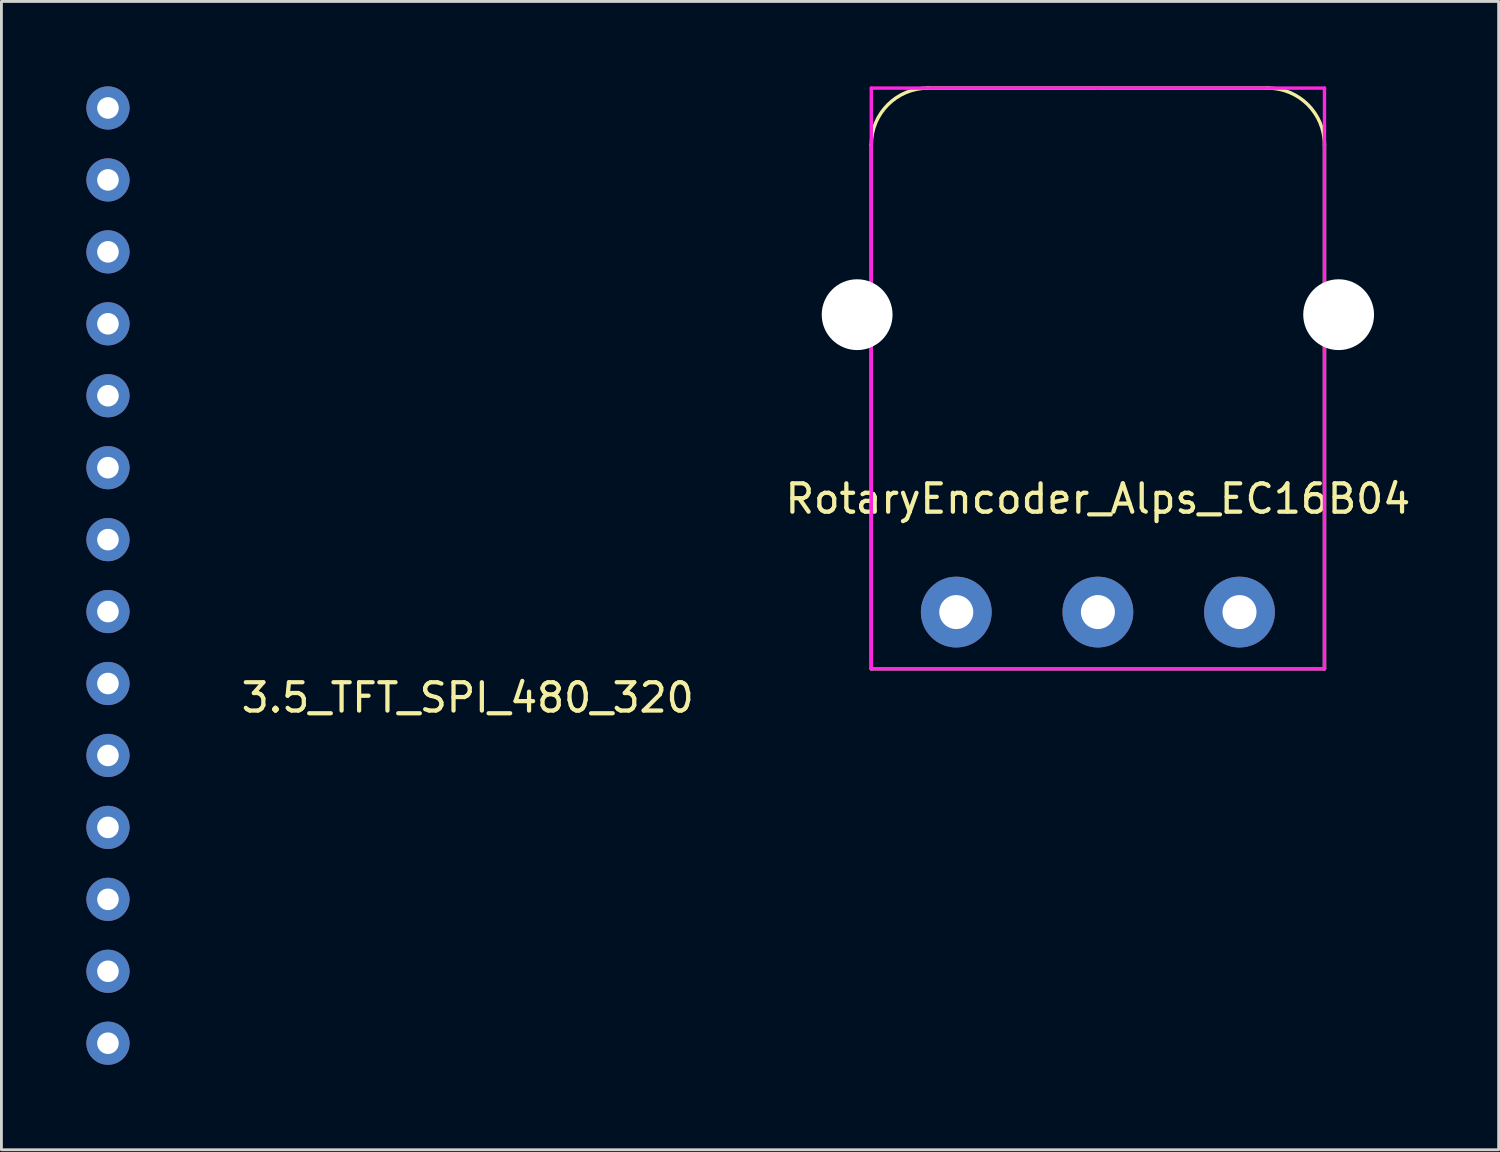
<source format=kicad_pcb>
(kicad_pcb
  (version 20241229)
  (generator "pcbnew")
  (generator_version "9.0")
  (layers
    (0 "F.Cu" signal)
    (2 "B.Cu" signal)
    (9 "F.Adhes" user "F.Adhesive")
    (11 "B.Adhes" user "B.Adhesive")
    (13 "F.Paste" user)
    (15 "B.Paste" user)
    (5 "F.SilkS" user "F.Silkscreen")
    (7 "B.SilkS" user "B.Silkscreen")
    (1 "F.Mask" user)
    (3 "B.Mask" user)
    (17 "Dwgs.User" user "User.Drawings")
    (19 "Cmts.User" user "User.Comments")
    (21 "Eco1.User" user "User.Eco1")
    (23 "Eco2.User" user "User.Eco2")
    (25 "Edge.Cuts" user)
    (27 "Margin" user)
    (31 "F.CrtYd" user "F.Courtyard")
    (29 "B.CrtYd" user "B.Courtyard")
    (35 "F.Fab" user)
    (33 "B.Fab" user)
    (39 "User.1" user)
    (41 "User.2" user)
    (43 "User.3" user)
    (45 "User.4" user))
  (footprint "3.5_TFT_SPI_480_320"
    (layer "F.Cu")
    (at 13.462 21.082)
    (property "Reference" "3.5_TFT_SPI_480_320" (at 0 0.5 0) (layer "F.SilkS") (effects (font (size 1 1) (thickness 0.15))))
    (attr through_hole)
    (pad "1" thru_hole circle (at -12.7 12.7) (size 1.524 1.524) (drill 0.762) (layers "*.Cu" "*.Mask"))
    (pad "2" thru_hole circle (at -12.7 10.16) (size 1.524 1.524) (drill 0.762) (layers "*.Cu" "*.Mask"))
    (pad "3" thru_hole circle (at -12.7 7.62) (size 1.524 1.524) (drill 0.762) (layers "*.Cu" "*.Mask"))
    (pad "4" thru_hole circle (at -12.7 5.08) (size 1.524 1.524) (drill 0.762) (layers "*.Cu" "*.Mask"))
    (pad "5" thru_hole circle (at -12.7 2.54) (size 1.524 1.524) (drill 0.762) (layers "*.Cu" "*.Mask"))
    (pad "6" thru_hole circle (at -12.7 0) (size 1.524 1.524) (drill 0.762) (layers "*.Cu" "*.Mask"))
    (pad "7" thru_hole circle (at -12.7 -2.54) (size 1.524 1.524) (drill 0.762) (layers "*.Cu" "*.Mask"))
    (pad "8" thru_hole circle (at -12.7 -5.08) (size 1.524 1.524) (drill 0.762) (layers "*.Cu" "*.Mask"))
    (pad "9" thru_hole circle (at -12.7 -7.62) (size 1.524 1.524) (drill 0.762) (layers "*.Cu" "*.Mask"))
    (pad "10" thru_hole circle (at -12.7 -10.16) (size 1.524 1.524) (drill 0.762) (layers "*.Cu" "*.Mask"))
    (pad "11" thru_hole circle (at -12.7 -12.7) (size 1.524 1.524) (drill 0.762) (layers "*.Cu" "*.Mask"))
    (pad "12" thru_hole circle (at -12.7 -15.24) (size 1.524 1.524) (drill 0.762) (layers "*.Cu" "*.Mask"))
    (pad "13" thru_hole circle (at -12.7 -17.78) (size 1.524 1.524) (drill 0.762) (layers "*.Cu" "*.Mask"))
    (pad "14" thru_hole circle (at -12.7 -20.32) (size 1.524 1.524) (drill 0.762) (layers "*.Cu" "*.Mask")))
  (footprint "RotaryEncoder_Alps_EC16B04"
    (layer "F.Cu")
    (at 35.712 18.56)
    (property "Reference" "RotaryEncoder_Alps_EC16B04" (at 0 -4 0) (layer "F.SilkS") (effects (font (size 1 1) (thickness 0.15))))
    (attr through_hole)
    (fp_line (start -8 2) (end -8 -16.5) (stroke (width 0.12) (type solid)) (layer "F.SilkS"))
    (fp_line (start -6 -18.5) (end 6 -18.5) (stroke (width 0.12) (type solid)) (layer "F.SilkS"))
    (fp_line (start 8 -16.5) (end 8 2) (stroke (width 0.12) (type solid)) (layer "F.SilkS"))
    (fp_line (start 8 2) (end -8 2) (stroke (width 0.12) (type solid)) (layer "F.SilkS"))
    (fp_arc (start -8 -16.5) (mid -7.414214 -17.914214) (end -6 -18.5) (stroke (width 0.12) (type solid)) (layer "F.SilkS"))
    (fp_arc (start 6 -18.5) (mid 7.414214 -17.914214) (end 8 -16.5) (stroke (width 0.12) (type solid)) (layer "F.SilkS"))
    (fp_line (start -8 -18.5) (end 0 -18.5) (stroke (width 0.12) (type solid)) (layer "F.CrtYd"))
    (fp_line (start -8 2) (end -8 -18.5) (stroke (width 0.12) (type solid)) (layer "F.CrtYd"))
    (fp_line (start 0 -18.5) (end 8 -18.5) (stroke (width 0.12) (type solid)) (layer "F.CrtYd"))
    (fp_line (start 8 -18.5) (end 8 2) (stroke (width 0.12) (type solid)) (layer "F.CrtYd"))
    (fp_line (start 8 2) (end -8 2) (stroke (width 0.12) (type solid)) (layer "F.CrtYd"))
    (pad "" np_thru_hole circle (at -8.5 -10.5) (size 2.5 2.5) (drill 2.5) (layers "*.Cu" "*.Mask"))
    (pad "" np_thru_hole circle (at 8.5 -10.5) (size 2.5 2.5) (drill 2.5) (layers "*.Cu" "*.Mask"))
    (pad "A" thru_hole circle (at -5 0) (size 2.5 2.5) (drill 1.2) (layers "*.Cu" "*.Mask"))
    (pad "B" thru_hole circle (at 5 0) (size 2.5 2.5) (drill 1.2) (layers "*.Cu" "*.Mask"))
    (pad "C" thru_hole circle (at 0 0) (size 2.5 2.5) (drill 1.2) (layers "*.Cu" "*.Mask")))
  (gr_rect
    (start -3 -3)
    (end 49.861 37.544)
    (stroke (width 0.1) (type default))
    (fill no)
    (layer "Edge.Cuts")))
</source>
